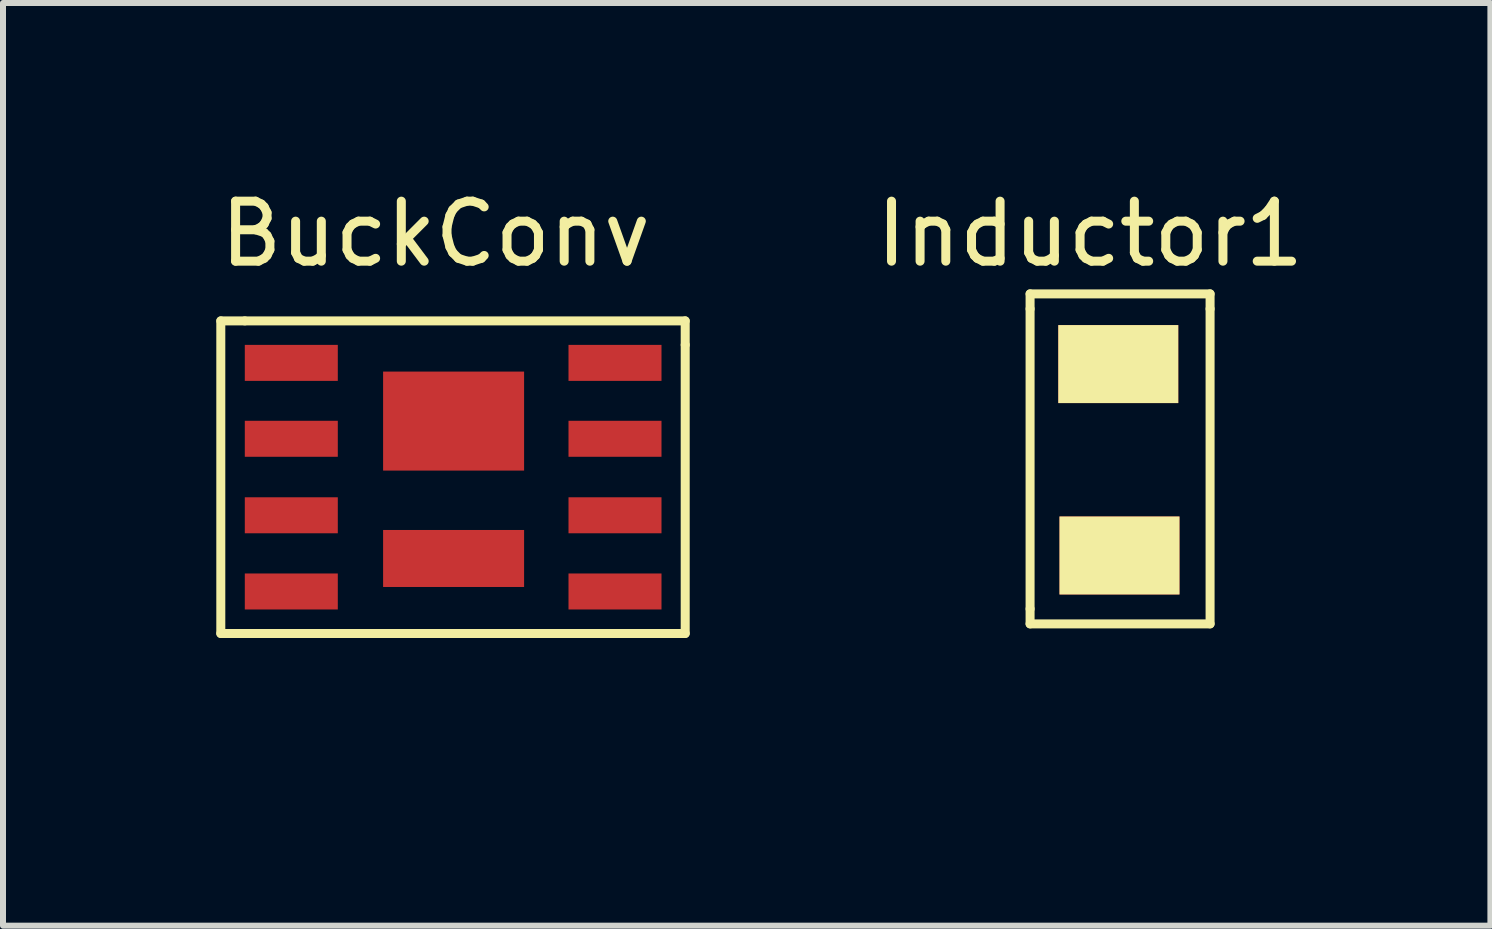
<source format=kicad_pcb>
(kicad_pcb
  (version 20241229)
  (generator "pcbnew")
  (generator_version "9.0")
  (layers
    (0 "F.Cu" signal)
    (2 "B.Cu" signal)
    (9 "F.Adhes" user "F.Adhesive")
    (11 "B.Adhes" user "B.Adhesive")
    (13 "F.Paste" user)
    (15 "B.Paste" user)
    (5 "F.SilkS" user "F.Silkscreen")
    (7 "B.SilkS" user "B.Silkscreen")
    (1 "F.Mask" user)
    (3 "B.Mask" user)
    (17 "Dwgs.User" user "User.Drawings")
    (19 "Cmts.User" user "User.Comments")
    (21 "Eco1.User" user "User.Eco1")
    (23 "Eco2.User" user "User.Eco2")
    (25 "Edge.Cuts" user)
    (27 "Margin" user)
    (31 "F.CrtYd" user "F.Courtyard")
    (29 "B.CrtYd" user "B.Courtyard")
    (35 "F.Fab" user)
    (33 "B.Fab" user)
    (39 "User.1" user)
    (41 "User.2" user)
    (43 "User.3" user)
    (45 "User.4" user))
  (footprint "BuckConv"
    (layer "F.Cu")
    (at 0.25 9.128)
    (property "Reference" "BuckConv" (at 3.96 -8.28 0) (layer "F.SilkS") (effects (font (size 1 1) (thickness 0.15))))
    (attr through_hole)
    (fp_line (start 0.38 -6.83) (end 0.38 -1.62) (stroke (width 0.15) (type solid)) (layer "F.SilkS"))
    (fp_line (start 0.38 -1.62) (end 0.78 -1.62) (stroke (width 0.15) (type solid)) (layer "F.SilkS"))
    (fp_line (start 0.78 -6.83) (end 0.38 -6.83) (stroke (width 0.15) (type solid)) (layer "F.SilkS"))
    (fp_line (start 0.79 -1.62) (end 7.71 -1.62) (stroke (width 0.15) (type solid)) (layer "F.SilkS"))
    (fp_line (start 7.72 -1.62) (end 8.12 -1.62) (stroke (width 0.15) (type solid)) (layer "F.SilkS"))
    (fp_line (start 8.12 -6.83) (end 0.78 -6.83) (stroke (width 0.15) (type solid)) (layer "F.SilkS"))
    (fp_line (start 8.12 -6.43) (end 8.12 -6.83) (stroke (width 0.15) (type solid)) (layer "F.SilkS"))
    (fp_line (start 8.12 -1.62) (end 8.12 -6.43) (stroke (width 0.15) (type solid)) (layer "F.SilkS"))
    (pad "1" smd rect (at 1.555 -6.13) (size 1.55 0.6) (layers "F.Cu" "F.Mask" "F.Paste"))
    (pad "2" smd rect (at 1.555 -4.865) (size 1.55 0.6) (layers "F.Cu" "F.Mask" "F.Paste"))
    (pad "3" smd rect (at 1.555 -3.59) (size 1.55 0.6) (layers "F.Cu" "F.Mask" "F.Paste"))
    (pad "4" smd rect (at 1.555 -2.32) (size 1.55 0.6) (layers "F.Cu" "F.Mask" "F.Paste"))
    (pad "5" smd rect (at 6.95 -2.32) (size 1.55 0.6) (layers "F.Cu" "F.Mask" "F.Paste"))
    (pad "6" smd rect (at 6.95 -3.59) (size 1.55 0.6) (layers "F.Cu" "F.Mask" "F.Paste"))
    (pad "7" smd rect (at 6.95 -4.865) (size 1.55 0.6) (layers "F.Cu" "F.Mask" "F.Paste"))
    (pad "8" smd rect (at 6.95 -6.13) (size 1.55 0.6) (layers "F.Cu" "F.Mask" "F.Paste"))
    (pad "9" smd rect (at 4.26 -5.16) (size 2.35 1.65) (layers "F.Cu" "F.Mask" "F.Paste"))
    (pad "10" smd rect (at 4.26 -2.87) (size 2.35 0.95) (layers "F.Cu" "F.Mask" "F.Paste")))
  (footprint "Inductor1"
    (layer "F.Cu")
    (at 12.618 8.098)
    (property "Reference" "Inductor1" (at 2.5 -7.25 0) (layer "F.SilkS") (effects (font (size 1 1) (thickness 0.15))))
    (attr through_hole)
    (fp_line (start 1.5 -6) (end 1.5 -6.25) (stroke (width 0.15) (type solid)) (layer "F.SilkS"))
    (fp_line (start 1.5 -6) (end 1.5 -1) (stroke (width 0.15) (type solid)) (layer "F.SilkS"))
    (fp_line (start 1.5 -1) (end 1.5 -0.75) (stroke (width 0.15) (type solid)) (layer "F.SilkS"))
    (fp_line (start 1.5 -0.75) (end 4.5 -0.75) (stroke (width 0.15) (type solid)) (layer "F.SilkS"))
    (fp_line (start 4.5 -6.25) (end 1.5 -6.25) (stroke (width 0.15) (type solid)) (layer "F.SilkS"))
    (fp_line (start 4.5 -6) (end 4.5 -6.25) (stroke (width 0.15) (type solid)) (layer "F.SilkS"))
    (fp_line (start 4.5 -0.75) (end 4.5 -6) (stroke (width 0.15) (type solid)) (layer "F.SilkS"))
    (pad "1" smd rect (at 2.97 -5.08) (size 2 1.3) (layers "F.Cu" "F.Mask" "F.SilkS" "F.Paste"))
    (pad "2" smd rect (at 2.99 -1.89) (size 2 1.3) (layers "F.Cu" "F.Mask" "F.SilkS" "F.Paste")))
  (gr_rect
    (start -3 -3)
    (end 21.79 12.378)
    (stroke (width 0.1) (type default))
    (fill no)
    (layer "Edge.Cuts")))
</source>
